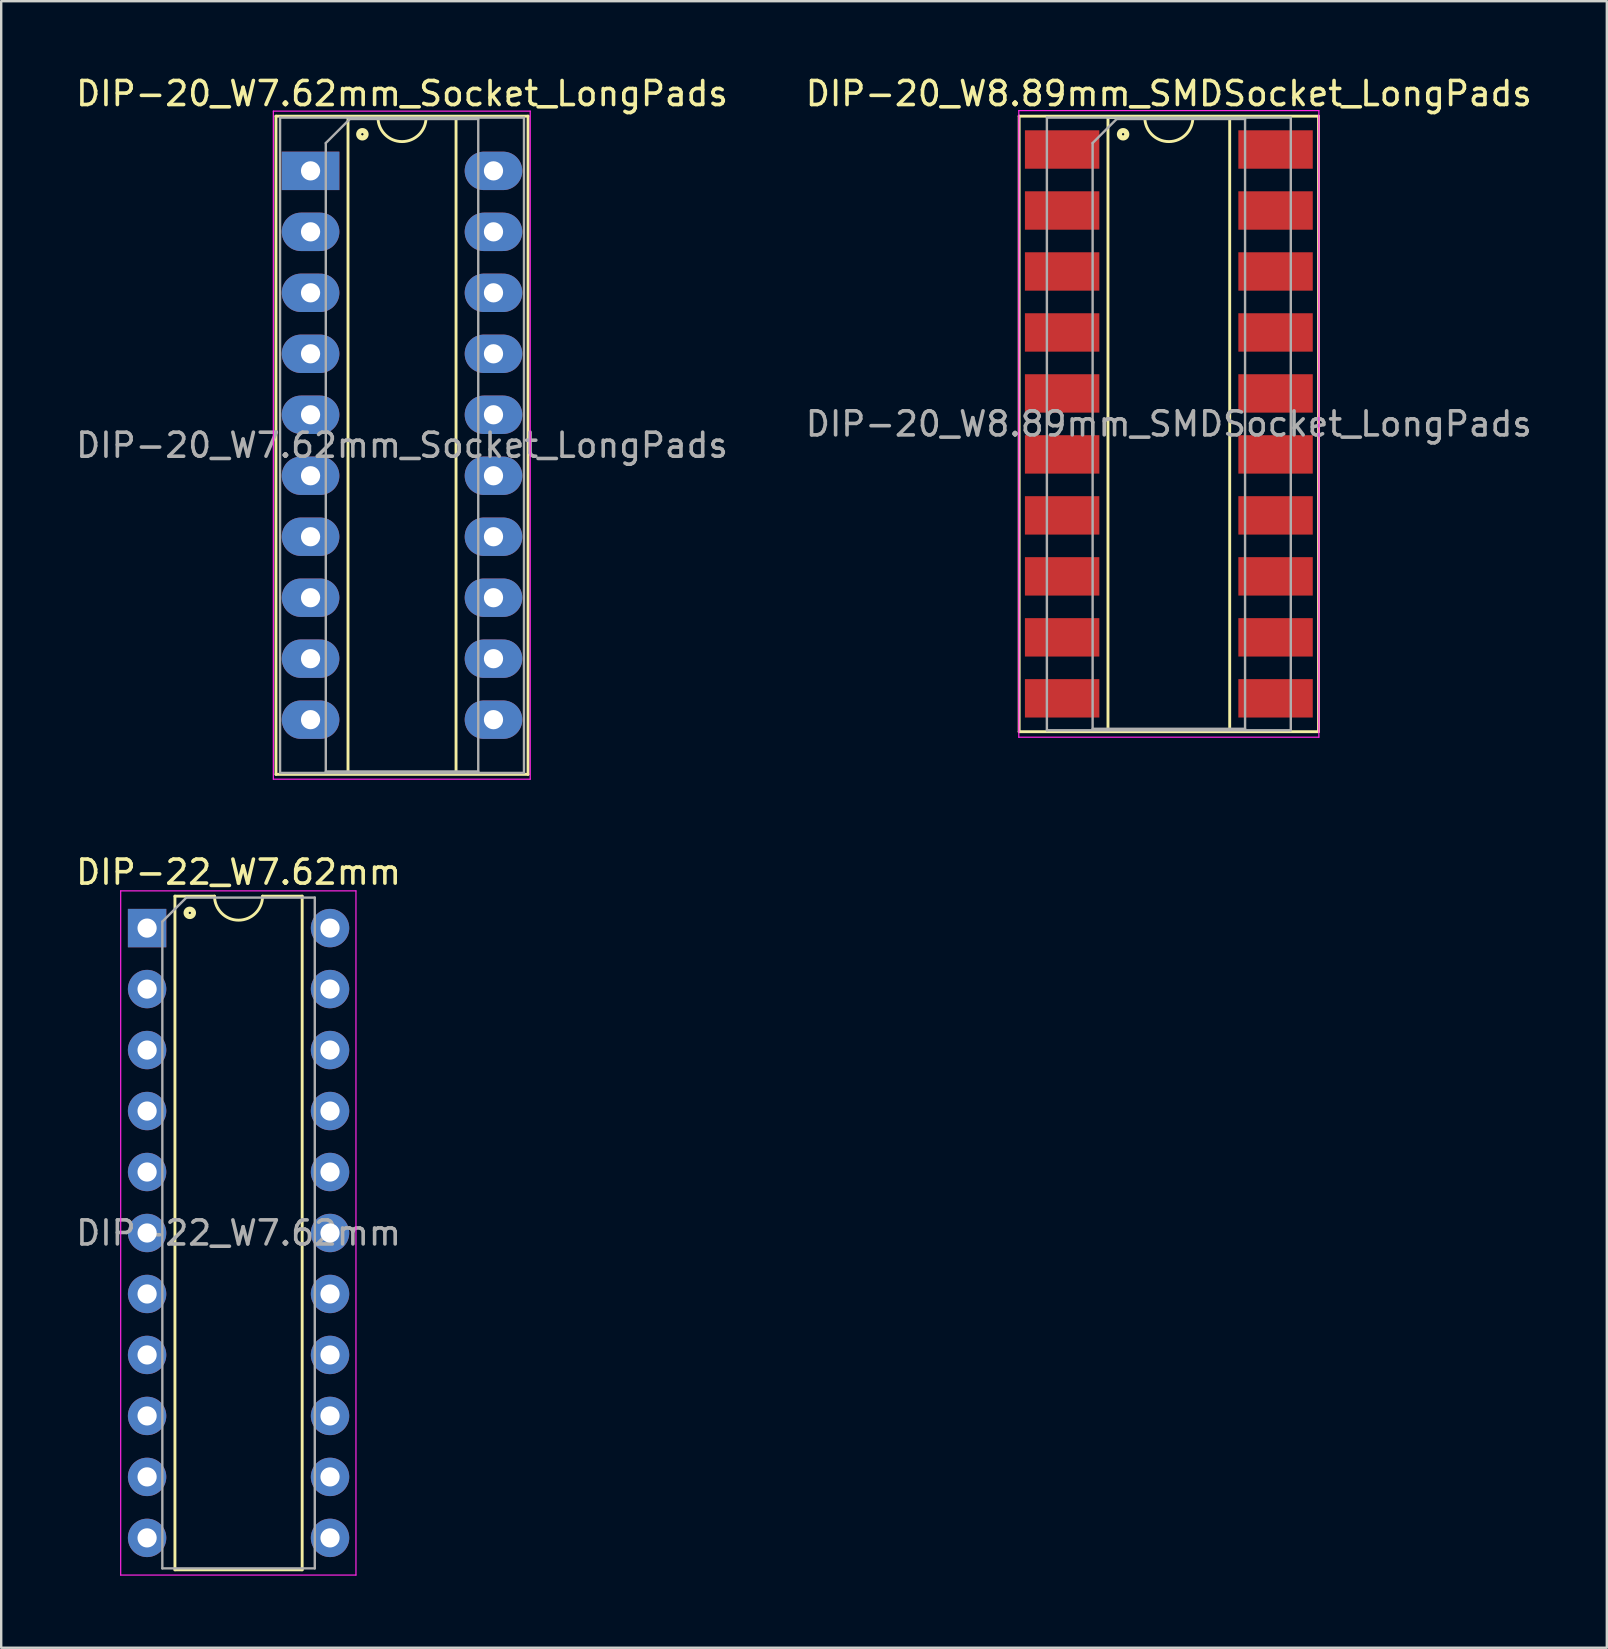
<source format=kicad_pcb>
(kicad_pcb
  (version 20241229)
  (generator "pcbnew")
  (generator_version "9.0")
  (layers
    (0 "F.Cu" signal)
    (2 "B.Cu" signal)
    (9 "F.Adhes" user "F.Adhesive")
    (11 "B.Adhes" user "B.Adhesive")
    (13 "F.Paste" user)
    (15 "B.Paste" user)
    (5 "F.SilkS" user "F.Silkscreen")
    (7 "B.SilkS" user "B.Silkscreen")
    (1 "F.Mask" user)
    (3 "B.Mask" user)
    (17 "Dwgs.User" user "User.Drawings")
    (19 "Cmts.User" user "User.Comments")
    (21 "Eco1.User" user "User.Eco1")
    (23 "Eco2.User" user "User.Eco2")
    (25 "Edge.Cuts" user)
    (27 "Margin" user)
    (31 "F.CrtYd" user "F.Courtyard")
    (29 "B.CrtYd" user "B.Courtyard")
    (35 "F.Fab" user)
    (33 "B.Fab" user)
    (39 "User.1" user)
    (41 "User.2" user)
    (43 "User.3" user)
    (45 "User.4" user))
  (footprint "DIP-22_W7.62mm"
    (layer "F.Cu")
    (at 3.077 35.609)
    (property "Reference" "DIP-22_W7.62mm" (at 3.81 -2.33 0) (layer "F.SilkS") (effects (font (size 1 1) (thickness 0.15))))
    (attr through_hole)
    (fp_line (start 1.16 -1.33) (end 1.16 26.73) (stroke (width 0.12) (type solid)) (layer "F.SilkS"))
    (fp_line (start 1.16 26.73) (end 6.46 26.73) (stroke (width 0.12) (type solid)) (layer "F.SilkS"))
    (fp_line (start 2.81 -1.33) (end 1.16 -1.33) (stroke (width 0.12) (type solid)) (layer "F.SilkS"))
    (fp_line (start 6.46 -1.33) (end 4.81 -1.33) (stroke (width 0.12) (type solid)) (layer "F.SilkS"))
    (fp_line (start 6.46 26.73) (end 6.46 -1.33) (stroke (width 0.12) (type solid)) (layer "F.SilkS"))
    (fp_arc (start 4.81 -1.33) (mid 3.81 -0.33) (end 2.81 -1.33) (stroke (width 0.12) (type solid)) (layer "F.SilkS"))
    (fp_circle (center 1.778 -0.635) (end 1.828 -0.635) (stroke (width 0.12) (type solid)) (fill no) (layer "F.SilkS"))
    (fp_circle (center 1.778 -0.635) (end 1.903 -0.635) (stroke (width 0.12) (type solid)) (fill no) (layer "F.SilkS"))
    (fp_circle (center 1.778 -0.635) (end 1.978 -0.635) (stroke (width 0.12) (type solid)) (fill no) (layer "F.SilkS"))
    (fp_line (start -1.1 -1.55) (end -1.1 26.95) (stroke (width 0.05) (type solid)) (layer "F.CrtYd"))
    (fp_line (start -1.1 26.95) (end 8.7 26.95) (stroke (width 0.05) (type solid)) (layer "F.CrtYd"))
    (fp_line (start 8.7 -1.55) (end -1.1 -1.55) (stroke (width 0.05) (type solid)) (layer "F.CrtYd"))
    (fp_line (start 8.7 26.95) (end 8.7 -1.55) (stroke (width 0.05) (type solid)) (layer "F.CrtYd"))
    (fp_line (start 0.635 -0.27) (end 1.635 -1.27) (stroke (width 0.1) (type solid)) (layer "F.Fab"))
    (fp_line (start 0.635 26.67) (end 0.635 -0.27) (stroke (width 0.1) (type solid)) (layer "F.Fab"))
    (fp_line (start 1.635 -1.27) (end 6.985 -1.27) (stroke (width 0.1) (type solid)) (layer "F.Fab"))
    (fp_line (start 6.985 -1.27) (end 6.985 26.67) (stroke (width 0.1) (type solid)) (layer "F.Fab"))
    (fp_line (start 6.985 26.67) (end 0.635 26.67) (stroke (width 0.1) (type solid)) (layer "F.Fab"))
    (fp_text user "${REFERENCE}" (at 3.81 12.7 0) (layer "F.Fab") (effects (font (size 1 1) (thickness 0.15))))
    (pad "1" thru_hole rect (at 0 0) (size 1.6 1.6) (drill 0.8) (layers "*.Cu" "*.Mask"))
    (pad "2" thru_hole oval (at 0 2.54) (size 1.6 1.6) (drill 0.8) (layers "*.Cu" "*.Mask"))
    (pad "3" thru_hole oval (at 0 5.08) (size 1.6 1.6) (drill 0.8) (layers "*.Cu" "*.Mask"))
    (pad "4" thru_hole oval (at 0 7.62) (size 1.6 1.6) (drill 0.8) (layers "*.Cu" "*.Mask"))
    (pad "5" thru_hole oval (at 0 10.16) (size 1.6 1.6) (drill 0.8) (layers "*.Cu" "*.Mask"))
    (pad "6" thru_hole oval (at 0 12.7) (size 1.6 1.6) (drill 0.8) (layers "*.Cu" "*.Mask"))
    (pad "7" thru_hole oval (at 0 15.24) (size 1.6 1.6) (drill 0.8) (layers "*.Cu" "*.Mask"))
    (pad "8" thru_hole oval (at 0 17.78) (size 1.6 1.6) (drill 0.8) (layers "*.Cu" "*.Mask"))
    (pad "9" thru_hole oval (at 0 20.32) (size 1.6 1.6) (drill 0.8) (layers "*.Cu" "*.Mask"))
    (pad "10" thru_hole oval (at 0 22.86) (size 1.6 1.6) (drill 0.8) (layers "*.Cu" "*.Mask"))
    (pad "11" thru_hole oval (at 0 25.4) (size 1.6 1.6) (drill 0.8) (layers "*.Cu" "*.Mask"))
    (pad "12" thru_hole oval (at 7.62 25.4) (size 1.6 1.6) (drill 0.8) (layers "*.Cu" "*.Mask"))
    (pad "13" thru_hole oval (at 7.62 22.86) (size 1.6 1.6) (drill 0.8) (layers "*.Cu" "*.Mask"))
    (pad "14" thru_hole oval (at 7.62 20.32) (size 1.6 1.6) (drill 0.8) (layers "*.Cu" "*.Mask"))
    (pad "15" thru_hole oval (at 7.62 17.78) (size 1.6 1.6) (drill 0.8) (layers "*.Cu" "*.Mask"))
    (pad "16" thru_hole oval (at 7.62 15.24) (size 1.6 1.6) (drill 0.8) (layers "*.Cu" "*.Mask"))
    (pad "17" thru_hole oval (at 7.62 12.7) (size 1.6 1.6) (drill 0.8) (layers "*.Cu" "*.Mask"))
    (pad "18" thru_hole oval (at 7.62 10.16) (size 1.6 1.6) (drill 0.8) (layers "*.Cu" "*.Mask"))
    (pad "19" thru_hole oval (at 7.62 7.62) (size 1.6 1.6) (drill 0.8) (layers "*.Cu" "*.Mask"))
    (pad "20" thru_hole oval (at 7.62 5.08) (size 1.6 1.6) (drill 0.8) (layers "*.Cu" "*.Mask"))
    (pad "21" thru_hole oval (at 7.62 2.54) (size 1.6 1.6) (drill 0.8) (layers "*.Cu" "*.Mask"))
    (pad "22" thru_hole oval (at 7.62 0) (size 1.6 1.6) (drill 0.8) (layers "*.Cu" "*.Mask")))
  (footprint "DIP-20_W7.62mm_Socket_LongPads"
    (layer "F.Cu")
    (at 9.886 4.067)
    (property "Reference" "DIP-20_W7.62mm_Socket_LongPads" (at 3.81 -3.219 0) (layer "F.SilkS") (effects (font (size 1 1) (thickness 0.15))))
    (attr through_hole)
    (fp_line (start -1.44 -2.279) (end -1.44 25.139) (stroke (width 0.12) (type solid)) (layer "F.SilkS"))
    (fp_line (start -1.44 25.139) (end 9.06 25.139) (stroke (width 0.12) (type solid)) (layer "F.SilkS"))
    (fp_line (start 1.56 -2.219) (end 1.56 25.079) (stroke (width 0.12) (type solid)) (layer "F.SilkS"))
    (fp_line (start 1.56 25.079) (end 6.06 25.079) (stroke (width 0.12) (type solid)) (layer "F.SilkS"))
    (fp_line (start 2.81 -2.219) (end 1.56 -2.219) (stroke (width 0.12) (type solid)) (layer "F.SilkS"))
    (fp_line (start 6.06 -2.219) (end 4.81 -2.219) (stroke (width 0.12) (type solid)) (layer "F.SilkS"))
    (fp_line (start 6.06 25.079) (end 6.06 -2.219) (stroke (width 0.12) (type solid)) (layer "F.SilkS"))
    (fp_line (start 9.06 -2.279) (end -1.44 -2.279) (stroke (width 0.12) (type solid)) (layer "F.SilkS"))
    (fp_line (start 9.06 25.139) (end 9.06 -2.279) (stroke (width 0.12) (type solid)) (layer "F.SilkS"))
    (fp_arc (start 4.81 -2.219) (mid 3.81 -1.219) (end 2.81 -2.219) (stroke (width 0.12) (type solid)) (layer "F.SilkS"))
    (fp_circle (center 2.159 -1.524) (end 2.209 -1.524) (stroke (width 0.12) (type solid)) (fill no) (layer "F.SilkS"))
    (fp_circle (center 2.159 -1.524) (end 2.284 -1.524) (stroke (width 0.12) (type solid)) (fill no) (layer "F.SilkS"))
    (fp_circle (center 2.159 -1.524) (end 2.359 -1.524) (stroke (width 0.12) (type solid)) (fill no) (layer "F.SilkS"))
    (fp_line (start -1.55 -2.489) (end -1.55 25.339) (stroke (width 0.05) (type solid)) (layer "F.CrtYd"))
    (fp_line (start -1.55 25.339) (end 9.15 25.339) (stroke (width 0.05) (type solid)) (layer "F.CrtYd"))
    (fp_line (start 9.15 -2.489) (end -1.55 -2.489) (stroke (width 0.05) (type solid)) (layer "F.CrtYd"))
    (fp_line (start 9.15 25.339) (end 9.15 -2.489) (stroke (width 0.05) (type solid)) (layer "F.CrtYd"))
    (fp_line (start -1.27 -2.219) (end -1.27 25.079) (stroke (width 0.1) (type solid)) (layer "F.Fab"))
    (fp_line (start -1.27 25.079) (end 8.89 25.079) (stroke (width 0.1) (type solid)) (layer "F.Fab"))
    (fp_line (start 0.635 -1.159) (end 1.635 -2.159) (stroke (width 0.1) (type solid)) (layer "F.Fab"))
    (fp_line (start 0.635 25.019) (end 0.635 -1.159) (stroke (width 0.1) (type solid)) (layer "F.Fab"))
    (fp_line (start 1.635 -2.159) (end 6.985 -2.159) (stroke (width 0.1) (type solid)) (layer "F.Fab"))
    (fp_line (start 6.985 -2.159) (end 6.985 25.019) (stroke (width 0.1) (type solid)) (layer "F.Fab"))
    (fp_line (start 6.985 25.019) (end 0.635 25.019) (stroke (width 0.1) (type solid)) (layer "F.Fab"))
    (fp_line (start 8.89 -2.219) (end -1.27 -2.219) (stroke (width 0.1) (type solid)) (layer "F.Fab"))
    (fp_line (start 8.89 25.079) (end 8.89 -2.219) (stroke (width 0.1) (type solid)) (layer "F.Fab"))
    (fp_text user "${REFERENCE}" (at 3.81 11.43 0) (layer "F.Fab") (effects (font (size 1 1) (thickness 0.15))))
    (pad "1" thru_hole rect (at 0 0) (size 2.4 1.6) (drill 0.8) (layers "*.Cu" "*.Mask"))
    (pad "2" thru_hole oval (at 0 2.54) (size 2.4 1.6) (drill 0.8) (layers "*.Cu" "*.Mask"))
    (pad "3" thru_hole oval (at 0 5.08) (size 2.4 1.6) (drill 0.8) (layers "*.Cu" "*.Mask"))
    (pad "4" thru_hole oval (at 0 7.62) (size 2.4 1.6) (drill 0.8) (layers "*.Cu" "*.Mask"))
    (pad "5" thru_hole oval (at 0 10.16) (size 2.4 1.6) (drill 0.8) (layers "*.Cu" "*.Mask"))
    (pad "6" thru_hole oval (at 0 12.7) (size 2.4 1.6) (drill 0.8) (layers "*.Cu" "*.Mask"))
    (pad "7" thru_hole oval (at 0 15.24) (size 2.4 1.6) (drill 0.8) (layers "*.Cu" "*.Mask"))
    (pad "8" thru_hole oval (at 0 17.78) (size 2.4 1.6) (drill 0.8) (layers "*.Cu" "*.Mask"))
    (pad "9" thru_hole oval (at 0 20.32) (size 2.4 1.6) (drill 0.8) (layers "*.Cu" "*.Mask"))
    (pad "10" thru_hole oval (at 0 22.86) (size 2.4 1.6) (drill 0.8) (layers "*.Cu" "*.Mask"))
    (pad "11" thru_hole oval (at 7.62 22.86) (size 2.4 1.6) (drill 0.8) (layers "*.Cu" "*.Mask"))
    (pad "12" thru_hole oval (at 7.62 20.32) (size 2.4 1.6) (drill 0.8) (layers "*.Cu" "*.Mask"))
    (pad "13" thru_hole oval (at 7.62 17.78) (size 2.4 1.6) (drill 0.8) (layers "*.Cu" "*.Mask"))
    (pad "14" thru_hole oval (at 7.62 15.24) (size 2.4 1.6) (drill 0.8) (layers "*.Cu" "*.Mask"))
    (pad "15" thru_hole oval (at 7.62 12.7) (size 2.4 1.6) (drill 0.8) (layers "*.Cu" "*.Mask"))
    (pad "16" thru_hole oval (at 7.62 10.16) (size 2.4 1.6) (drill 0.8) (layers "*.Cu" "*.Mask"))
    (pad "17" thru_hole oval (at 7.62 7.62) (size 2.4 1.6) (drill 0.8) (layers "*.Cu" "*.Mask"))
    (pad "18" thru_hole oval (at 7.62 5.08) (size 2.4 1.6) (drill 0.8) (layers "*.Cu" "*.Mask"))
    (pad "19" thru_hole oval (at 7.62 2.54) (size 2.4 1.6) (drill 0.8) (layers "*.Cu" "*.Mask"))
    (pad "20" thru_hole oval (at 7.62 0) (size 2.4 1.6) (drill 0.8) (layers "*.Cu" "*.Mask")))
  (footprint "DIP-20_W8.89mm_SMDSocket_LongPads"
    (layer "F.Cu")
    (at 45.637 14.608)
    (property "Reference" "DIP-20_W8.89mm_SMDSocket_LongPads" (at 0 -13.76 0) (layer "F.SilkS") (effects (font (size 1 1) (thickness 0.15))))
    (attr smd)
    (fp_line (start -6.235 -12.82) (end -6.235 12.82) (stroke (width 0.12) (type solid)) (layer "F.SilkS"))
    (fp_line (start -6.235 12.82) (end 6.235 12.82) (stroke (width 0.12) (type solid)) (layer "F.SilkS"))
    (fp_line (start -2.535 -12.76) (end -2.535 12.76) (stroke (width 0.12) (type solid)) (layer "F.SilkS"))
    (fp_line (start -2.535 12.76) (end 2.535 12.76) (stroke (width 0.12) (type solid)) (layer "F.SilkS"))
    (fp_line (start -1 -12.76) (end -2.535 -12.76) (stroke (width 0.12) (type solid)) (layer "F.SilkS"))
    (fp_line (start 2.535 -12.76) (end 1 -12.76) (stroke (width 0.12) (type solid)) (layer "F.SilkS"))
    (fp_line (start 2.535 12.76) (end 2.535 -12.76) (stroke (width 0.12) (type solid)) (layer "F.SilkS"))
    (fp_line (start 6.235 -12.82) (end -6.235 -12.82) (stroke (width 0.12) (type solid)) (layer "F.SilkS"))
    (fp_line (start 6.235 12.82) (end 6.235 -12.82) (stroke (width 0.12) (type solid)) (layer "F.SilkS"))
    (fp_arc (start 1 -12.76) (mid 0 -11.76) (end -1 -12.76) (stroke (width 0.12) (type solid)) (layer "F.SilkS"))
    (fp_circle (center -1.905 -12.065) (end -1.855 -12.065) (stroke (width 0.12) (type solid)) (fill no) (layer "F.SilkS"))
    (fp_circle (center -1.905 -12.065) (end -1.78 -12.065) (stroke (width 0.12) (type solid)) (fill no) (layer "F.SilkS"))
    (fp_circle (center -1.905 -12.065) (end -1.705 -12.065) (stroke (width 0.12) (type solid)) (fill no) (layer "F.SilkS"))
    (fp_line (start -6.25 -13.05) (end -6.25 13.05) (stroke (width 0.05) (type solid)) (layer "F.CrtYd"))
    (fp_line (start -6.25 13.05) (end 6.25 13.05) (stroke (width 0.05) (type solid)) (layer "F.CrtYd"))
    (fp_line (start 6.25 -13.05) (end -6.25 -13.05) (stroke (width 0.05) (type solid)) (layer "F.CrtYd"))
    (fp_line (start 6.25 13.05) (end 6.25 -13.05) (stroke (width 0.05) (type solid)) (layer "F.CrtYd"))
    (fp_line (start -5.08 -12.76) (end -5.08 12.76) (stroke (width 0.1) (type solid)) (layer "F.Fab"))
    (fp_line (start -5.08 12.76) (end 5.08 12.76) (stroke (width 0.1) (type solid)) (layer "F.Fab"))
    (fp_line (start -3.175 -11.7) (end -2.175 -12.7) (stroke (width 0.1) (type solid)) (layer "F.Fab"))
    (fp_line (start -3.175 12.7) (end -3.175 -11.7) (stroke (width 0.1) (type solid)) (layer "F.Fab"))
    (fp_line (start -2.175 -12.7) (end 3.175 -12.7) (stroke (width 0.1) (type solid)) (layer "F.Fab"))
    (fp_line (start 3.175 -12.7) (end 3.175 12.7) (stroke (width 0.1) (type solid)) (layer "F.Fab"))
    (fp_line (start 3.175 12.7) (end -3.175 12.7) (stroke (width 0.1) (type solid)) (layer "F.Fab"))
    (fp_line (start 5.08 -12.76) (end -5.08 -12.76) (stroke (width 0.1) (type solid)) (layer "F.Fab"))
    (fp_line (start 5.08 12.76) (end 5.08 -12.76) (stroke (width 0.1) (type solid)) (layer "F.Fab"))
    (fp_text user "${REFERENCE}" (at 0 0 0) (layer "F.Fab") (effects (font (size 1 1) (thickness 0.15))))
    (pad "1" smd rect (at -4.445 -11.43) (size 3.1 1.6) (layers "F.Cu" "F.Mask" "F.Paste"))
    (pad "2" smd rect (at -4.445 -8.89) (size 3.1 1.6) (layers "F.Cu" "F.Mask" "F.Paste"))
    (pad "3" smd rect (at -4.445 -6.35) (size 3.1 1.6) (layers "F.Cu" "F.Mask" "F.Paste"))
    (pad "4" smd rect (at -4.445 -3.81) (size 3.1 1.6) (layers "F.Cu" "F.Mask" "F.Paste"))
    (pad "5" smd rect (at -4.445 -1.27) (size 3.1 1.6) (layers "F.Cu" "F.Mask" "F.Paste"))
    (pad "6" smd rect (at -4.445 1.27) (size 3.1 1.6) (layers "F.Cu" "F.Mask" "F.Paste"))
    (pad "7" smd rect (at -4.445 3.81) (size 3.1 1.6) (layers "F.Cu" "F.Mask" "F.Paste"))
    (pad "8" smd rect (at -4.445 6.35) (size 3.1 1.6) (layers "F.Cu" "F.Mask" "F.Paste"))
    (pad "9" smd rect (at -4.445 8.89) (size 3.1 1.6) (layers "F.Cu" "F.Mask" "F.Paste"))
    (pad "10" smd rect (at -4.445 11.43) (size 3.1 1.6) (layers "F.Cu" "F.Mask" "F.Paste"))
    (pad "11" smd rect (at 4.445 11.43) (size 3.1 1.6) (layers "F.Cu" "F.Mask" "F.Paste"))
    (pad "12" smd rect (at 4.445 8.89) (size 3.1 1.6) (layers "F.Cu" "F.Mask" "F.Paste"))
    (pad "13" smd rect (at 4.445 6.35) (size 3.1 1.6) (layers "F.Cu" "F.Mask" "F.Paste"))
    (pad "14" smd rect (at 4.445 3.81) (size 3.1 1.6) (layers "F.Cu" "F.Mask" "F.Paste"))
    (pad "15" smd rect (at 4.445 1.27) (size 3.1 1.6) (layers "F.Cu" "F.Mask" "F.Paste"))
    (pad "16" smd rect (at 4.445 -1.27) (size 3.1 1.6) (layers "F.Cu" "F.Mask" "F.Paste"))
    (pad "17" smd rect (at 4.445 -3.81) (size 3.1 1.6) (layers "F.Cu" "F.Mask" "F.Paste"))
    (pad "18" smd rect (at 4.445 -6.35) (size 3.1 1.6) (layers "F.Cu" "F.Mask" "F.Paste"))
    (pad "19" smd rect (at 4.445 -8.89) (size 3.1 1.6) (layers "F.Cu" "F.Mask" "F.Paste"))
    (pad "20" smd rect (at 4.445 -11.43) (size 3.1 1.6) (layers "F.Cu" "F.Mask" "F.Paste")))
  (gr_rect
    (start -3 -3)
    (end 63.881 65.585)
    (stroke (width 0.1) (type default))
    (fill no)
    (layer "Edge.Cuts")))
</source>
